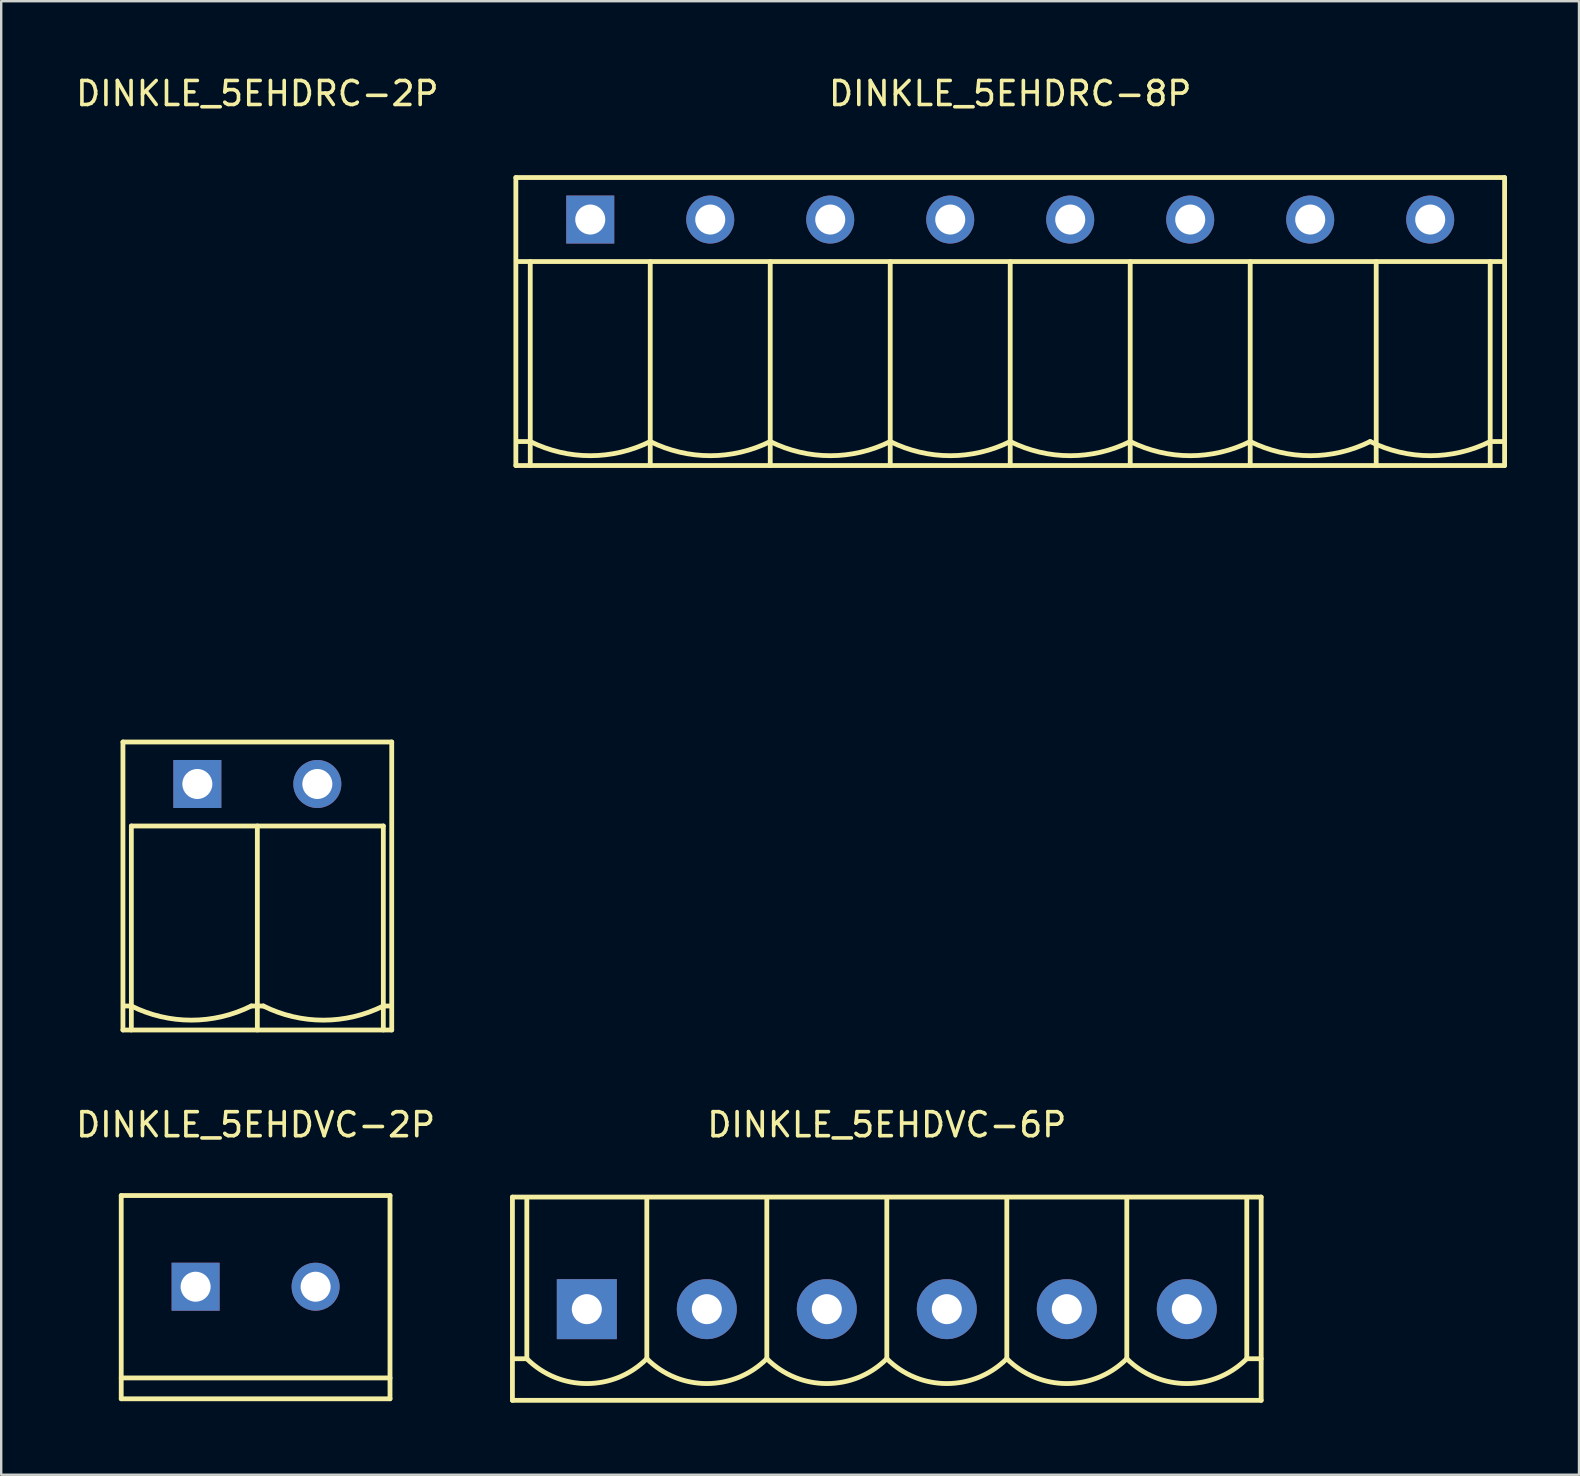
<source format=kicad_pcb>
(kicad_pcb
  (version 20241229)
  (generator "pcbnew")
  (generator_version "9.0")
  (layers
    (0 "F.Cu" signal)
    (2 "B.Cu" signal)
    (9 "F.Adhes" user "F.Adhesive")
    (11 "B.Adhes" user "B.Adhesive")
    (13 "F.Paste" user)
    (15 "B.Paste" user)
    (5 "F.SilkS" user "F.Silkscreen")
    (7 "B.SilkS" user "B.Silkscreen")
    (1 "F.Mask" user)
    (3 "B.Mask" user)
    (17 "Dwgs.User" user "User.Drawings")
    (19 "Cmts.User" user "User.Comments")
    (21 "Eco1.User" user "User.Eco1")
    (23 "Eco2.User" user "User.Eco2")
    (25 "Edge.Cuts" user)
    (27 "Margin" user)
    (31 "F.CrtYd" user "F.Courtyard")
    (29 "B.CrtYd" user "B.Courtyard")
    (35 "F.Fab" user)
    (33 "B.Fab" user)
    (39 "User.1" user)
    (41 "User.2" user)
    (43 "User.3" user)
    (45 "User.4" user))
  (footprint "DINKLE_5EHDVC-2P"
    (layer "F.Cu")
    (at 7.601 50.566)
    (property "Reference" "DINKLE_5EHDVC-2P" (at 0 -6.75 0) (layer "F.SilkS") (effects (font (size 1 1) (thickness 0.15))))
    (attr through_hole)
    (fp_line (start -5.6 -3.8) (end 5.6 -3.8) (stroke (width 0.2) (type solid)) (layer "F.SilkS"))
    (fp_line (start -5.6 3.8) (end 5.6 3.8) (stroke (width 0.2) (type solid)) (layer "F.SilkS"))
    (fp_line (start -5.6 4.67) (end -5.6 -3.8) (stroke (width 0.2) (type solid)) (layer "F.SilkS"))
    (fp_line (start -5.6 4.67) (end 5.6 4.67) (stroke (width 0.2) (type solid)) (layer "F.SilkS"))
    (fp_line (start 5.6 4.67) (end 5.6 -3.8) (stroke (width 0.2) (type solid)) (layer "F.SilkS"))
    (pad "1" thru_hole rect (at -2.5 0) (size 2 2) (drill 1.25) (layers "*.Cu" "*.Mask"))
    (pad "2" thru_hole circle (at 2.5 0) (size 2 2) (drill 1.25) (layers "*.Cu" "*.Mask")))
  (footprint "DINKLE_5EHDRC-8P"
    (layer "F.Cu")
    (at 39.045 10.348)
    (property "Reference" "DINKLE_5EHDRC-8P" (at 0 -9.5 0) (layer "F.SilkS") (effects (font (size 1 1) (thickness 0.15))))
    (attr through_hole)
    (fp_line (start -20.6 -6) (end -20.6 6) (stroke (width 0.2) (type solid)) (layer "F.SilkS"))
    (fp_line (start -20.6 -6) (end 20.6 -6) (stroke (width 0.2) (type solid)) (layer "F.SilkS"))
    (fp_line (start -20.6 6) (end 20.6 6) (stroke (width 0.2) (type solid)) (layer "F.SilkS"))
    (fp_line (start -20.5 -2.5) (end 20.5 -2.5) (stroke (width 0.2) (type solid)) (layer "F.SilkS"))
    (fp_line (start -20 5) (end -20.5 5) (stroke (width 0.2) (type solid)) (layer "F.SilkS"))
    (fp_line (start -20 6) (end -20 -2.5) (stroke (width 0.2) (type solid)) (layer "F.SilkS"))
    (fp_line (start -15 6) (end -15 -2.5) (stroke (width 0.2) (type solid)) (layer "F.SilkS"))
    (fp_line (start -10 6) (end -10 -2.5) (stroke (width 0.2) (type solid)) (layer "F.SilkS"))
    (fp_line (start -5 6) (end -5 -2.5) (stroke (width 0.2) (type solid)) (layer "F.SilkS"))
    (fp_line (start 0 6) (end 0 -2.5) (stroke (width 0.2) (type solid)) (layer "F.SilkS"))
    (fp_line (start 5 6) (end 5 -2.5) (stroke (width 0.2) (type solid)) (layer "F.SilkS"))
    (fp_line (start 10 6) (end 10 -2.5) (stroke (width 0.2) (type solid)) (layer "F.SilkS"))
    (fp_line (start 15.25 6) (end 15.25 -2.5) (stroke (width 0.2) (type solid)) (layer "F.SilkS"))
    (fp_line (start 20 5) (end 20.5 5) (stroke (width 0.2) (type solid)) (layer "F.SilkS"))
    (fp_line (start 20 6) (end 20 -2.5) (stroke (width 0.2) (type solid)) (layer "F.SilkS"))
    (fp_line (start 20.6 -6) (end 20.6 6) (stroke (width 0.2) (type solid)) (layer "F.SilkS"))
    (fp_arc (start -15 4.999999) (mid -17.5 5.590169) (end -19.999999 4.999999) (stroke (width 0.2) (type solid)) (layer "F.SilkS"))
    (fp_arc (start -10 4.999999) (mid -12.5 5.590169) (end -14.999999 4.999999) (stroke (width 0.2) (type solid)) (layer "F.SilkS"))
    (fp_arc (start -5 4.999999) (mid -7.5 5.590169) (end -9.999999 4.999999) (stroke (width 0.2) (type solid)) (layer "F.SilkS"))
    (fp_arc (start 0 4.999999) (mid -2.5 5.590169) (end -4.999999 4.999999) (stroke (width 0.2) (type solid)) (layer "F.SilkS"))
    (fp_arc (start 5 4.999999) (mid 2.5 5.590169) (end 0.000001 4.999999) (stroke (width 0.2) (type solid)) (layer "F.SilkS"))
    (fp_arc (start 10 4.999999) (mid 7.5 5.590169) (end 5.000001 4.999999) (stroke (width 0.2) (type solid)) (layer "F.SilkS"))
    (fp_arc (start 15 4.999999) (mid 12.5 5.590169) (end 10.000001 4.999999) (stroke (width 0.2) (type solid)) (layer "F.SilkS"))
    (fp_arc (start 20 4.999999) (mid 17.5 5.590169) (end 15.000001 4.999999) (stroke (width 0.2) (type solid)) (layer "F.SilkS"))
    (pad "1" thru_hole rect (at -17.5 -4.25) (size 2 2) (drill 1.25) (layers "*.Cu" "*.Mask"))
    (pad "2" thru_hole circle (at -12.5 -4.25) (size 2 2) (drill 1.25) (layers "*.Cu" "*.Mask"))
    (pad "3" thru_hole circle (at -7.5 -4.25) (size 2 2) (drill 1.25) (layers "*.Cu" "*.Mask"))
    (pad "4" thru_hole circle (at -2.5 -4.25) (size 2 2) (drill 1.25) (layers "*.Cu" "*.Mask"))
    (pad "5" thru_hole circle (at 2.5 -4.25) (size 2 2) (drill 1.25) (layers "*.Cu" "*.Mask"))
    (pad "6" thru_hole circle (at 7.5 -4.25) (size 2 2) (drill 1.25) (layers "*.Cu" "*.Mask"))
    (pad "7" thru_hole circle (at 12.5 -4.25) (size 2 2) (drill 1.25) (layers "*.Cu" "*.Mask"))
    (pad "8" thru_hole circle (at 17.5 -4.25) (size 2 2) (drill 1.25) (layers "*.Cu" "*.Mask")))
  (footprint "DINKLE_5EHDVC-6P"
    (layer "F.Cu")
    (at 33.902 51.066)
    (property "Reference" "DINKLE_5EHDVC-6P" (at 0 -7.25 0) (layer "F.SilkS") (effects (font (size 1 1) (thickness 0.15))))
    (attr through_hole)
    (fp_line (start -15.6 -4.235) (end -15.6 4.235) (stroke (width 0.2) (type solid)) (layer "F.SilkS"))
    (fp_line (start -15.6 -4.235) (end 15.6 -4.235) (stroke (width 0.2) (type solid)) (layer "F.SilkS"))
    (fp_line (start -15.6 4.235) (end 15.6 4.235) (stroke (width 0.2) (type solid)) (layer "F.SilkS"))
    (fp_line (start -15 2.5) (end -15.6 2.5) (stroke (width 0.2) (type solid)) (layer "F.SilkS"))
    (fp_line (start -15 2.5) (end -15 -4.2) (stroke (width 0.2) (type solid)) (layer "F.SilkS"))
    (fp_line (start -10 -4.2) (end -10 2.5) (stroke (width 0.2) (type solid)) (layer "F.SilkS"))
    (fp_line (start -5 -4.2) (end -5 2.5) (stroke (width 0.2) (type solid)) (layer "F.SilkS"))
    (fp_line (start 0 -4.2) (end 0 2.5) (stroke (width 0.2) (type solid)) (layer "F.SilkS"))
    (fp_line (start 5 -4.2) (end 5 2.5) (stroke (width 0.2) (type solid)) (layer "F.SilkS"))
    (fp_line (start 10 -4.2) (end 10 2.5) (stroke (width 0.2) (type solid)) (layer "F.SilkS"))
    (fp_line (start 15 -4.2) (end 15 2.5) (stroke (width 0.2) (type solid)) (layer "F.SilkS"))
    (fp_line (start 15 2.5) (end 15.6 2.5) (stroke (width 0.2) (type solid)) (layer "F.SilkS"))
    (fp_line (start 15.6 -4.235) (end 15.6 4.235) (stroke (width 0.2) (type solid)) (layer "F.SilkS"))
    (fp_arc (start -10.000001 2.499999) (mid -12.5 3.535532) (end -14.999999 2.499999) (stroke (width 0.2) (type solid)) (layer "F.SilkS"))
    (fp_arc (start -5.000001 2.499999) (mid -7.5 3.535532) (end -9.999999 2.499999) (stroke (width 0.2) (type solid)) (layer "F.SilkS"))
    (fp_arc (start -0.000001 2.499999) (mid -2.5 3.535532) (end -4.999999 2.499999) (stroke (width 0.2) (type solid)) (layer "F.SilkS"))
    (fp_arc (start 4.999999 2.499999) (mid 2.5 3.535532) (end 0.000001 2.499999) (stroke (width 0.2) (type solid)) (layer "F.SilkS"))
    (fp_arc (start 9.999999 2.499999) (mid 7.5 3.535532) (end 5.000001 2.499999) (stroke (width 0.2) (type solid)) (layer "F.SilkS"))
    (fp_arc (start 14.999999 2.499999) (mid 12.5 3.535532) (end 10.000001 2.499999) (stroke (width 0.2) (type solid)) (layer "F.SilkS"))
    (pad "1" thru_hole rect (at -12.5 0.435) (size 2.5 2.5) (drill 1.25) (layers "*.Cu" "*.Mask"))
    (pad "2" thru_hole circle (at -7.5 0.435) (size 2.5 2.5) (drill 1.25) (layers "*.Cu" "*.Mask"))
    (pad "3" thru_hole circle (at -2.5 0.435) (size 2.5 2.5) (drill 1.25) (layers "*.Cu" "*.Mask"))
    (pad "4" thru_hole circle (at 2.5 0.435) (size 2.5 2.5) (drill 1.25) (layers "*.Cu" "*.Mask"))
    (pad "5" thru_hole circle (at 7.5 0.435) (size 2.5 2.5) (drill 1.25) (layers "*.Cu" "*.Mask"))
    (pad "6" thru_hole circle (at 12.5 0.435) (size 2.5 2.5) (drill 1.25) (layers "*.Cu" "*.Mask")))
  (footprint "DINKLE_5EHDRC-2P"
    (layer "F.Cu")
    (at 7.673 33.868)
    (property "Reference" "DINKLE_5EHDRC-2P" (at 0 -33.02 0) (layer "F.SilkS") (effects (font (size 1 1) (thickness 0.15))))
    (attr through_hole)
    (fp_line (start -5.6 -6) (end 5.6 -6) (stroke (width 0.2) (type solid)) (layer "F.SilkS"))
    (fp_line (start -5.6 6) (end -5.6 -6) (stroke (width 0.2) (type solid)) (layer "F.SilkS"))
    (fp_line (start -5.6 6) (end 5.6 6) (stroke (width 0.2) (type solid)) (layer "F.SilkS"))
    (fp_line (start -5.25 -2.5) (end 5.25 -2.5) (stroke (width 0.2) (type solid)) (layer "F.SilkS"))
    (fp_line (start -5.25 5) (end -5.5 5) (stroke (width 0.2) (type solid)) (layer "F.SilkS"))
    (fp_line (start -5.25 6) (end -5.25 -2.5) (stroke (width 0.2) (type solid)) (layer "F.SilkS"))
    (fp_line (start -0.25 5) (end 0.25 5) (stroke (width 0.2) (type solid)) (layer "F.SilkS"))
    (fp_line (start 0 6) (end 0 -2.5) (stroke (width 0.2) (type solid)) (layer "F.SilkS"))
    (fp_line (start 5.25 5) (end 5.5 5) (stroke (width 0.2) (type solid)) (layer "F.SilkS"))
    (fp_line (start 5.25 6) (end 5.25 -2.5) (stroke (width 0.2) (type solid)) (layer "F.SilkS"))
    (fp_line (start 5.6 6) (end 5.6 -6) (stroke (width 0.2) (type solid)) (layer "F.SilkS"))
    (fp_arc (start -0.25 4.999999) (mid -2.75 5.590169) (end -5.249999 4.999999) (stroke (width 0.2) (type solid)) (layer "F.SilkS"))
    (fp_arc (start 5.25 4.999999) (mid 2.75 5.590169) (end 0.250001 4.999999) (stroke (width 0.2) (type solid)) (layer "F.SilkS"))
    (pad "1" thru_hole rect (at -2.5 -4.25) (size 2 2) (drill 1.25) (layers "*.Cu" "*.Mask"))
    (pad "2" thru_hole circle (at 2.5 -4.25) (size 2 2) (drill 1.25) (layers "*.Cu" "*.Mask")))
  (gr_rect
    (start -3 -3)
    (end 62.745 58.401)
    (stroke (width 0.1) (type default))
    (fill no)
    (layer "Edge.Cuts")))
</source>
